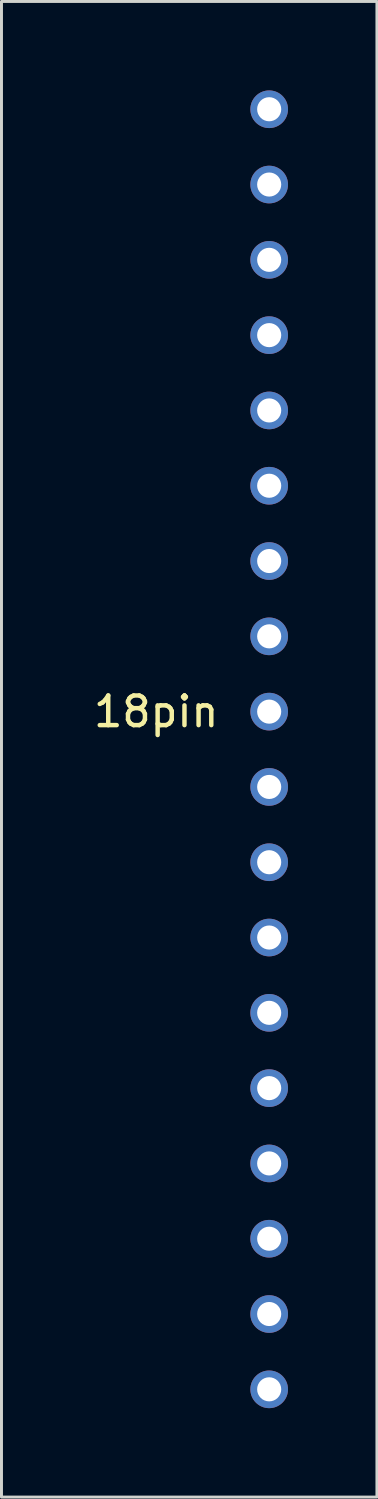
<source format=kicad_pcb>
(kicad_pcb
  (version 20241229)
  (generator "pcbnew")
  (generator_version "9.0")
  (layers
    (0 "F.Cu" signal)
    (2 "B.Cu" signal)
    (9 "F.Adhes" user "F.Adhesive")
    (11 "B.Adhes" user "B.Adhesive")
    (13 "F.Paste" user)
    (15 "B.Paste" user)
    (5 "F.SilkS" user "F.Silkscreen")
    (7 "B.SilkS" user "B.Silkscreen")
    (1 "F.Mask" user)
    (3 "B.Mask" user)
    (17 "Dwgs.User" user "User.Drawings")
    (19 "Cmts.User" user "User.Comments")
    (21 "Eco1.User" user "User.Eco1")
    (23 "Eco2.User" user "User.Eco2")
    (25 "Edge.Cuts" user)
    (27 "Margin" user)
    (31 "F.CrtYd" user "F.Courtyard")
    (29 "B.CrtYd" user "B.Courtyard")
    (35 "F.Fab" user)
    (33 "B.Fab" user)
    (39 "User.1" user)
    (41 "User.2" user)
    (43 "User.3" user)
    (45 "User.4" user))
  (footprint "18pin"
    (layer "F.Cu")
    (at 6.03 22.225)
    (property "Reference" "18pin" (at -3.81 -1.27 0) (layer "F.SilkS") (effects (font (size 1 1) (thickness 0.15))))
    (attr through_hole)
    (pad "1" thru_hole circle (at 0 -21.59) (size 1.27 1.27) (drill 0.813) (layers "*.Cu" "*.Mask"))
    (pad "2" thru_hole circle (at 0 -19.05) (size 1.27 1.27) (drill 0.813) (layers "*.Cu" "*.Mask"))
    (pad "3" thru_hole circle (at 0 -16.51) (size 1.27 1.27) (drill 0.813) (layers "*.Cu" "*.Mask"))
    (pad "4" thru_hole circle (at 0 -13.97) (size 1.27 1.27) (drill 0.813) (layers "*.Cu" "*.Mask"))
    (pad "5" thru_hole circle (at 0 -11.43) (size 1.27 1.27) (drill 0.813) (layers "*.Cu" "*.Mask"))
    (pad "6" thru_hole circle (at 0 -8.89) (size 1.27 1.27) (drill 0.813) (layers "*.Cu" "*.Mask"))
    (pad "7" thru_hole circle (at 0 -6.35) (size 1.27 1.27) (drill 0.813) (layers "*.Cu" "*.Mask"))
    (pad "8" thru_hole circle (at 0 -3.81) (size 1.27 1.27) (drill 0.813) (layers "*.Cu" "*.Mask"))
    (pad "9" thru_hole circle (at 0 -1.27) (size 1.27 1.27) (drill 0.813) (layers "*.Cu" "*.Mask"))
    (pad "10" thru_hole circle (at 0 1.27) (size 1.27 1.27) (drill 0.813) (layers "*.Cu" "*.Mask"))
    (pad "11" thru_hole circle (at 0 3.81) (size 1.27 1.27) (drill 0.813) (layers "*.Cu" "*.Mask"))
    (pad "12" thru_hole circle (at 0 6.35) (size 1.27 1.27) (drill 0.813) (layers "*.Cu" "*.Mask"))
    (pad "13" thru_hole circle (at 0 8.89) (size 1.27 1.27) (drill 0.813) (layers "*.Cu" "*.Mask"))
    (pad "14" thru_hole circle (at 0 11.43) (size 1.27 1.27) (drill 0.813) (layers "*.Cu" "*.Mask"))
    (pad "15" thru_hole circle (at 0 13.97) (size 1.27 1.27) (drill 0.813) (layers "*.Cu" "*.Mask"))
    (pad "16" thru_hole circle (at 0 16.51) (size 1.27 1.27) (drill 0.813) (layers "*.Cu" "*.Mask"))
    (pad "17" thru_hole circle (at 0 19.05) (size 1.27 1.27) (drill 0.813) (layers "*.Cu" "*.Mask"))
    (pad "18" thru_hole circle (at 0 21.59) (size 1.27 1.27) (drill 0.813) (layers "*.Cu" "*.Mask")))
  (gr_rect
    (start -3 -3)
    (end 9.665 47.45)
    (stroke (width 0.1) (type default))
    (fill no)
    (layer "Edge.Cuts")))
</source>
